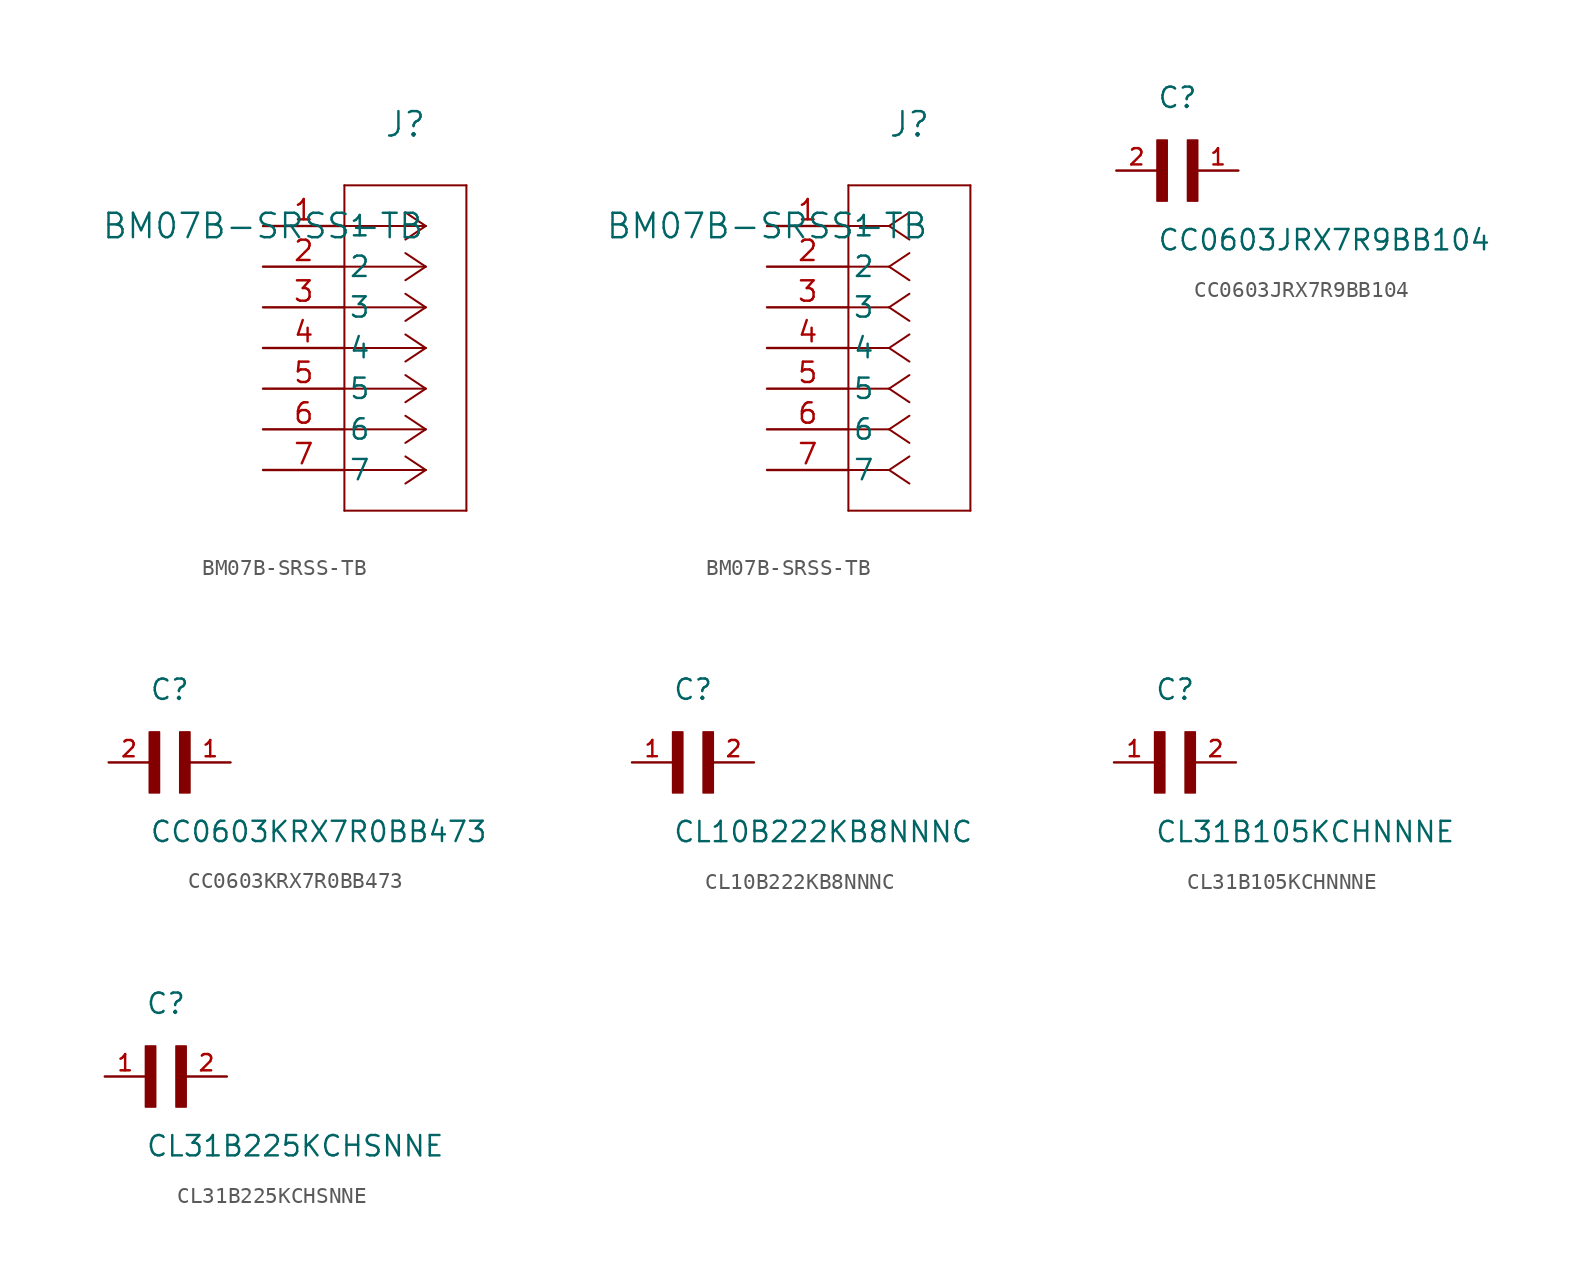
<source format=kicad_sym>
(kicad_symbol_lib
  (version 20241209)
  (generator "kicad_symbol_editor")
  (generator_version "9.0")
  (symbol "BM07B-SRSS-TB"
    (pin_names
      (offset 0.254))
    (property "Reference" "J"
      (at 8.89 6.35 0)
      (effects (font (size 1.524 1.524))))
    (property "Value" "BM07B-SRSS-TB"
      (at 0 0 0)
      (effects (font (size 1.524 1.524))))
    (symbol "BM07B-SRSS-TB_1_1"
      (polyline (pts (xy 5.08 2.54) (xy 5.08 -17.78)) (stroke (width 0.127) (type default)) (fill (type none)))
      (polyline (pts (xy 5.08 -17.78) (xy 12.7 -17.78)) (stroke (width 0.127) (type default)) (fill (type none)))
      (polyline (pts (xy 10.16 0) (xy 5.08 0)) (stroke (width 0.127) (type default)) (fill (type none)))
      (polyline (pts (xy 10.16 0) (xy 8.89 0.847)) (stroke (width 0.127) (type default)) (fill (type none)))
      (polyline (pts (xy 10.16 0) (xy 8.89 -0.847)) (stroke (width 0.127) (type default)) (fill (type none)))
      (polyline (pts (xy 10.16 -2.54) (xy 5.08 -2.54)) (stroke (width 0.127) (type default)) (fill (type none)))
      (polyline (pts (xy 10.16 -2.54) (xy 8.89 -1.693)) (stroke (width 0.127) (type default)) (fill (type none)))
      (polyline (pts (xy 10.16 -2.54) (xy 8.89 -3.387)) (stroke (width 0.127) (type default)) (fill (type none)))
      (polyline (pts (xy 10.16 -5.08) (xy 5.08 -5.08)) (stroke (width 0.127) (type default)) (fill (type none)))
      (polyline (pts (xy 10.16 -5.08) (xy 8.89 -4.233)) (stroke (width 0.127) (type default)) (fill (type none)))
      (polyline (pts (xy 10.16 -5.08) (xy 8.89 -5.927)) (stroke (width 0.127) (type default)) (fill (type none)))
      (polyline (pts (xy 10.16 -7.62) (xy 5.08 -7.62)) (stroke (width 0.127) (type default)) (fill (type none)))
      (polyline (pts (xy 10.16 -7.62) (xy 8.89 -6.773)) (stroke (width 0.127) (type default)) (fill (type none)))
      (polyline (pts (xy 10.16 -7.62) (xy 8.89 -8.467)) (stroke (width 0.127) (type default)) (fill (type none)))
      (polyline (pts (xy 10.16 -10.16) (xy 5.08 -10.16)) (stroke (width 0.127) (type default)) (fill (type none)))
      (polyline (pts (xy 10.16 -10.16) (xy 8.89 -9.313)) (stroke (width 0.127) (type default)) (fill (type none)))
      (polyline (pts (xy 10.16 -10.16) (xy 8.89 -11.007)) (stroke (width 0.127) (type default)) (fill (type none)))
      (polyline (pts (xy 10.16 -12.7) (xy 5.08 -12.7)) (stroke (width 0.127) (type default)) (fill (type none)))
      (polyline (pts (xy 10.16 -12.7) (xy 8.89 -11.853)) (stroke (width 0.127) (type default)) (fill (type none)))
      (polyline (pts (xy 10.16 -12.7) (xy 8.89 -13.547)) (stroke (width 0.127) (type default)) (fill (type none)))
      (polyline (pts (xy 10.16 -15.24) (xy 5.08 -15.24)) (stroke (width 0.127) (type default)) (fill (type none)))
      (polyline (pts (xy 10.16 -15.24) (xy 8.89 -14.393)) (stroke (width 0.127) (type default)) (fill (type none)))
      (polyline (pts (xy 10.16 -15.24) (xy 8.89 -16.087)) (stroke (width 0.127) (type default)) (fill (type none)))
      (polyline (pts (xy 12.7 2.54) (xy 5.08 2.54)) (stroke (width 0.127) (type default)) (fill (type none)))
      (polyline (pts (xy 12.7 -17.78) (xy 12.7 2.54)) (stroke (width 0.127) (type default)) (fill (type none)))
      (pin unspecified line (at 0 0 0) (length 5.08) (name "1" (effects (font (size 1.27 1.27)))) (number "1" (effects (font (size 1.27 1.27)))))
      (pin unspecified line (at 0 -2.54 0) (length 5.08) (name "2" (effects (font (size 1.27 1.27)))) (number "2" (effects (font (size 1.27 1.27)))))
      (pin unspecified line (at 0 -5.08 0) (length 5.08) (name "3" (effects (font (size 1.27 1.27)))) (number "3" (effects (font (size 1.27 1.27)))))
      (pin unspecified line (at 0 -7.62 0) (length 5.08) (name "4" (effects (font (size 1.27 1.27)))) (number "4" (effects (font (size 1.27 1.27)))))
      (pin unspecified line (at 0 -10.16 0) (length 5.08) (name "5" (effects (font (size 1.27 1.27)))) (number "5" (effects (font (size 1.27 1.27)))))
      (pin unspecified line (at 0 -12.7 0) (length 5.08) (name "6" (effects (font (size 1.27 1.27)))) (number "6" (effects (font (size 1.27 1.27)))))
      (pin unspecified line (at 0 -15.24 0) (length 5.08) (name "7" (effects (font (size 1.27 1.27)))) (number "7" (effects (font (size 1.27 1.27))))))
    (symbol "BM07B-SRSS-TB_1_2"
      (polyline (pts (xy 5.08 2.54) (xy 5.08 -17.78)) (stroke (width 0.127) (type default)) (fill (type none)))
      (polyline (pts (xy 5.08 -17.78) (xy 12.7 -17.78)) (stroke (width 0.127) (type default)) (fill (type none)))
      (polyline (pts (xy 7.62 0) (xy 5.08 0)) (stroke (width 0.127) (type default)) (fill (type none)))
      (polyline (pts (xy 7.62 0) (xy 8.89 0.847)) (stroke (width 0.127) (type default)) (fill (type none)))
      (polyline (pts (xy 7.62 0) (xy 8.89 -0.847)) (stroke (width 0.127) (type default)) (fill (type none)))
      (polyline (pts (xy 7.62 -2.54) (xy 5.08 -2.54)) (stroke (width 0.127) (type default)) (fill (type none)))
      (polyline (pts (xy 7.62 -2.54) (xy 8.89 -1.693)) (stroke (width 0.127) (type default)) (fill (type none)))
      (polyline (pts (xy 7.62 -2.54) (xy 8.89 -3.387)) (stroke (width 0.127) (type default)) (fill (type none)))
      (polyline (pts (xy 7.62 -5.08) (xy 5.08 -5.08)) (stroke (width 0.127) (type default)) (fill (type none)))
      (polyline (pts (xy 7.62 -5.08) (xy 8.89 -4.233)) (stroke (width 0.127) (type default)) (fill (type none)))
      (polyline (pts (xy 7.62 -5.08) (xy 8.89 -5.927)) (stroke (width 0.127) (type default)) (fill (type none)))
      (polyline (pts (xy 7.62 -7.62) (xy 5.08 -7.62)) (stroke (width 0.127) (type default)) (fill (type none)))
      (polyline (pts (xy 7.62 -7.62) (xy 8.89 -6.773)) (stroke (width 0.127) (type default)) (fill (type none)))
      (polyline (pts (xy 7.62 -7.62) (xy 8.89 -8.467)) (stroke (width 0.127) (type default)) (fill (type none)))
      (polyline (pts (xy 7.62 -10.16) (xy 5.08 -10.16)) (stroke (width 0.127) (type default)) (fill (type none)))
      (polyline (pts (xy 7.62 -10.16) (xy 8.89 -9.313)) (stroke (width 0.127) (type default)) (fill (type none)))
      (polyline (pts (xy 7.62 -10.16) (xy 8.89 -11.007)) (stroke (width 0.127) (type default)) (fill (type none)))
      (polyline (pts (xy 7.62 -12.7) (xy 5.08 -12.7)) (stroke (width 0.127) (type default)) (fill (type none)))
      (polyline (pts (xy 7.62 -12.7) (xy 8.89 -11.853)) (stroke (width 0.127) (type default)) (fill (type none)))
      (polyline (pts (xy 7.62 -12.7) (xy 8.89 -13.547)) (stroke (width 0.127) (type default)) (fill (type none)))
      (polyline (pts (xy 7.62 -15.24) (xy 5.08 -15.24)) (stroke (width 0.127) (type default)) (fill (type none)))
      (polyline (pts (xy 7.62 -15.24) (xy 8.89 -14.393)) (stroke (width 0.127) (type default)) (fill (type none)))
      (polyline (pts (xy 7.62 -15.24) (xy 8.89 -16.087)) (stroke (width 0.127) (type default)) (fill (type none)))
      (polyline (pts (xy 12.7 2.54) (xy 5.08 2.54)) (stroke (width 0.127) (type default)) (fill (type none)))
      (polyline (pts (xy 12.7 -17.78) (xy 12.7 2.54)) (stroke (width 0.127) (type default)) (fill (type none)))
      (pin unspecified line (at 0 0 0) (length 5.08) (name "1" (effects (font (size 1.27 1.27)))) (number "1" (effects (font (size 1.27 1.27)))))
      (pin unspecified line (at 0 -2.54 0) (length 5.08) (name "2" (effects (font (size 1.27 1.27)))) (number "2" (effects (font (size 1.27 1.27)))))
      (pin unspecified line (at 0 -5.08 0) (length 5.08) (name "3" (effects (font (size 1.27 1.27)))) (number "3" (effects (font (size 1.27 1.27)))))
      (pin unspecified line (at 0 -7.62 0) (length 5.08) (name "4" (effects (font (size 1.27 1.27)))) (number "4" (effects (font (size 1.27 1.27)))))
      (pin unspecified line (at 0 -10.16 0) (length 5.08) (name "5" (effects (font (size 1.27 1.27)))) (number "5" (effects (font (size 1.27 1.27)))))
      (pin unspecified line (at 0 -12.7 0) (length 5.08) (name "6" (effects (font (size 1.27 1.27)))) (number "6" (effects (font (size 1.27 1.27)))))
      (pin unspecified line (at 0 -15.24 0) (length 5.08) (name "7" (effects (font (size 1.27 1.27)))) (number "7" (effects (font (size 1.27 1.27)))))))
  (symbol "CC0603JRX7R9BB104"
    (pin_names
      (offset 1.016))
    (property "Reference" "C"
      (at 0 3.81 0)
      (effects (font (size 1.27 1.27)) (justify left bottom)))
    (property "Value" "CC0603JRX7R9BB104"
      (at 0 -5.08 0)
      (effects (font (size 1.27 1.27)) (justify left bottom)))
    (symbol "CC0603JRX7R9BB104_0_0"
      (rectangle (start 0 -1.905) (end 0.635 1.905) (stroke (width 0.1) (type default)) (fill (type outline)))
      (rectangle (start 1.905 -1.905) (end 2.54 1.905) (stroke (width 0.1) (type default)) (fill (type outline)))
      (pin passive line (at -2.54 0 0) (length 2.54) (name "~" (effects (font (size 1.016 1.016)))) (number "2" (effects (font (size 1.016 1.016)))))
      (pin passive line (at 5.08 0 180) (length 2.54) (name "~" (effects (font (size 1.016 1.016)))) (number "1" (effects (font (size 1.016 1.016)))))))
  (symbol "CC0603KRX7R0BB473"
    (pin_names
      (offset 1.016))
    (property "Reference" "C"
      (at 0 3.81 0)
      (effects (font (size 1.27 1.27)) (justify left bottom)))
    (property "Value" "CC0603KRX7R0BB473"
      (at 0 -5.08 0)
      (effects (font (size 1.27 1.27)) (justify left bottom)))
    (symbol "CC0603KRX7R0BB473_0_0"
      (rectangle (start 0 -1.905) (end 0.635 1.905) (stroke (width 0.1) (type default)) (fill (type outline)))
      (rectangle (start 1.905 -1.905) (end 2.54 1.905) (stroke (width 0.1) (type default)) (fill (type outline)))
      (pin passive line (at -2.54 0 0) (length 2.54) (name "~" (effects (font (size 1.016 1.016)))) (number "2" (effects (font (size 1.016 1.016)))))
      (pin passive line (at 5.08 0 180) (length 2.54) (name "~" (effects (font (size 1.016 1.016)))) (number "1" (effects (font (size 1.016 1.016)))))))
  (symbol "CL10B222KB8NNNC"
    (pin_names
      (offset 1.016))
    (property "Reference" "C"
      (at 0 3.811 0)
      (effects (font (size 1.27 1.27)) (justify left bottom)))
    (property "Value" "CL10B222KB8NNNC"
      (at 0 -5.088 0)
      (effects (font (size 1.27 1.27)) (justify left bottom)))
    (symbol "CL10B222KB8NNNC_0_0"
      (rectangle (start 0 -1.907) (end 0.635 1.905) (stroke (width 0.1) (type default)) (fill (type outline)))
      (rectangle (start 1.907 -1.907) (end 2.54 1.905) (stroke (width 0.1) (type default)) (fill (type outline)))
      (pin passive line (at -2.54 0 0) (length 2.54) (name "~" (effects (font (size 1.016 1.016)))) (number "1" (effects (font (size 1.016 1.016)))))
      (pin passive line (at 5.08 0 180) (length 2.54) (name "~" (effects (font (size 1.016 1.016)))) (number "2" (effects (font (size 1.016 1.016)))))))
  (symbol "CL31B105KCHNNNE"
    (pin_names
      (offset 1.016))
    (property "Reference" "C"
      (at 0 3.811 0)
      (effects (font (size 1.27 1.27)) (justify left bottom)))
    (property "Value" "CL31B105KCHNNNE"
      (at 0 -5.088 0)
      (effects (font (size 1.27 1.27)) (justify left bottom)))
    (symbol "CL31B105KCHNNNE_0_0"
      (rectangle (start 0 -1.907) (end 0.635 1.905) (stroke (width 0.1) (type default)) (fill (type outline)))
      (rectangle (start 1.907 -1.907) (end 2.54 1.905) (stroke (width 0.1) (type default)) (fill (type outline)))
      (pin passive line (at -2.54 0 0) (length 2.54) (name "~" (effects (font (size 1.016 1.016)))) (number "1" (effects (font (size 1.016 1.016)))))
      (pin passive line (at 5.08 0 180) (length 2.54) (name "~" (effects (font (size 1.016 1.016)))) (number "2" (effects (font (size 1.016 1.016)))))))
  (symbol "CL31B225KCHSNNE"
    (pin_names
      (offset 1.016))
    (property "Reference" "C"
      (at 0 3.811 0)
      (effects (font (size 1.27 1.27)) (justify left bottom)))
    (property "Value" "CL31B225KCHSNNE"
      (at 0 -5.088 0)
      (effects (font (size 1.27 1.27)) (justify left bottom)))
    (symbol "CL31B225KCHSNNE_0_0"
      (rectangle (start 0 -1.907) (end 0.635 1.905) (stroke (width 0.1) (type default)) (fill (type outline)))
      (rectangle (start 1.907 -1.907) (end 2.54 1.905) (stroke (width 0.1) (type default)) (fill (type outline)))
      (pin passive line (at -2.54 0 0) (length 2.54) (name "~" (effects (font (size 1.016 1.016)))) (number "1" (effects (font (size 1.016 1.016)))))
      (pin passive line (at 5.08 0 180) (length 2.54) (name "~" (effects (font (size 1.016 1.016)))) (number "2" (effects (font (size 1.016 1.016))))))))
</source>
